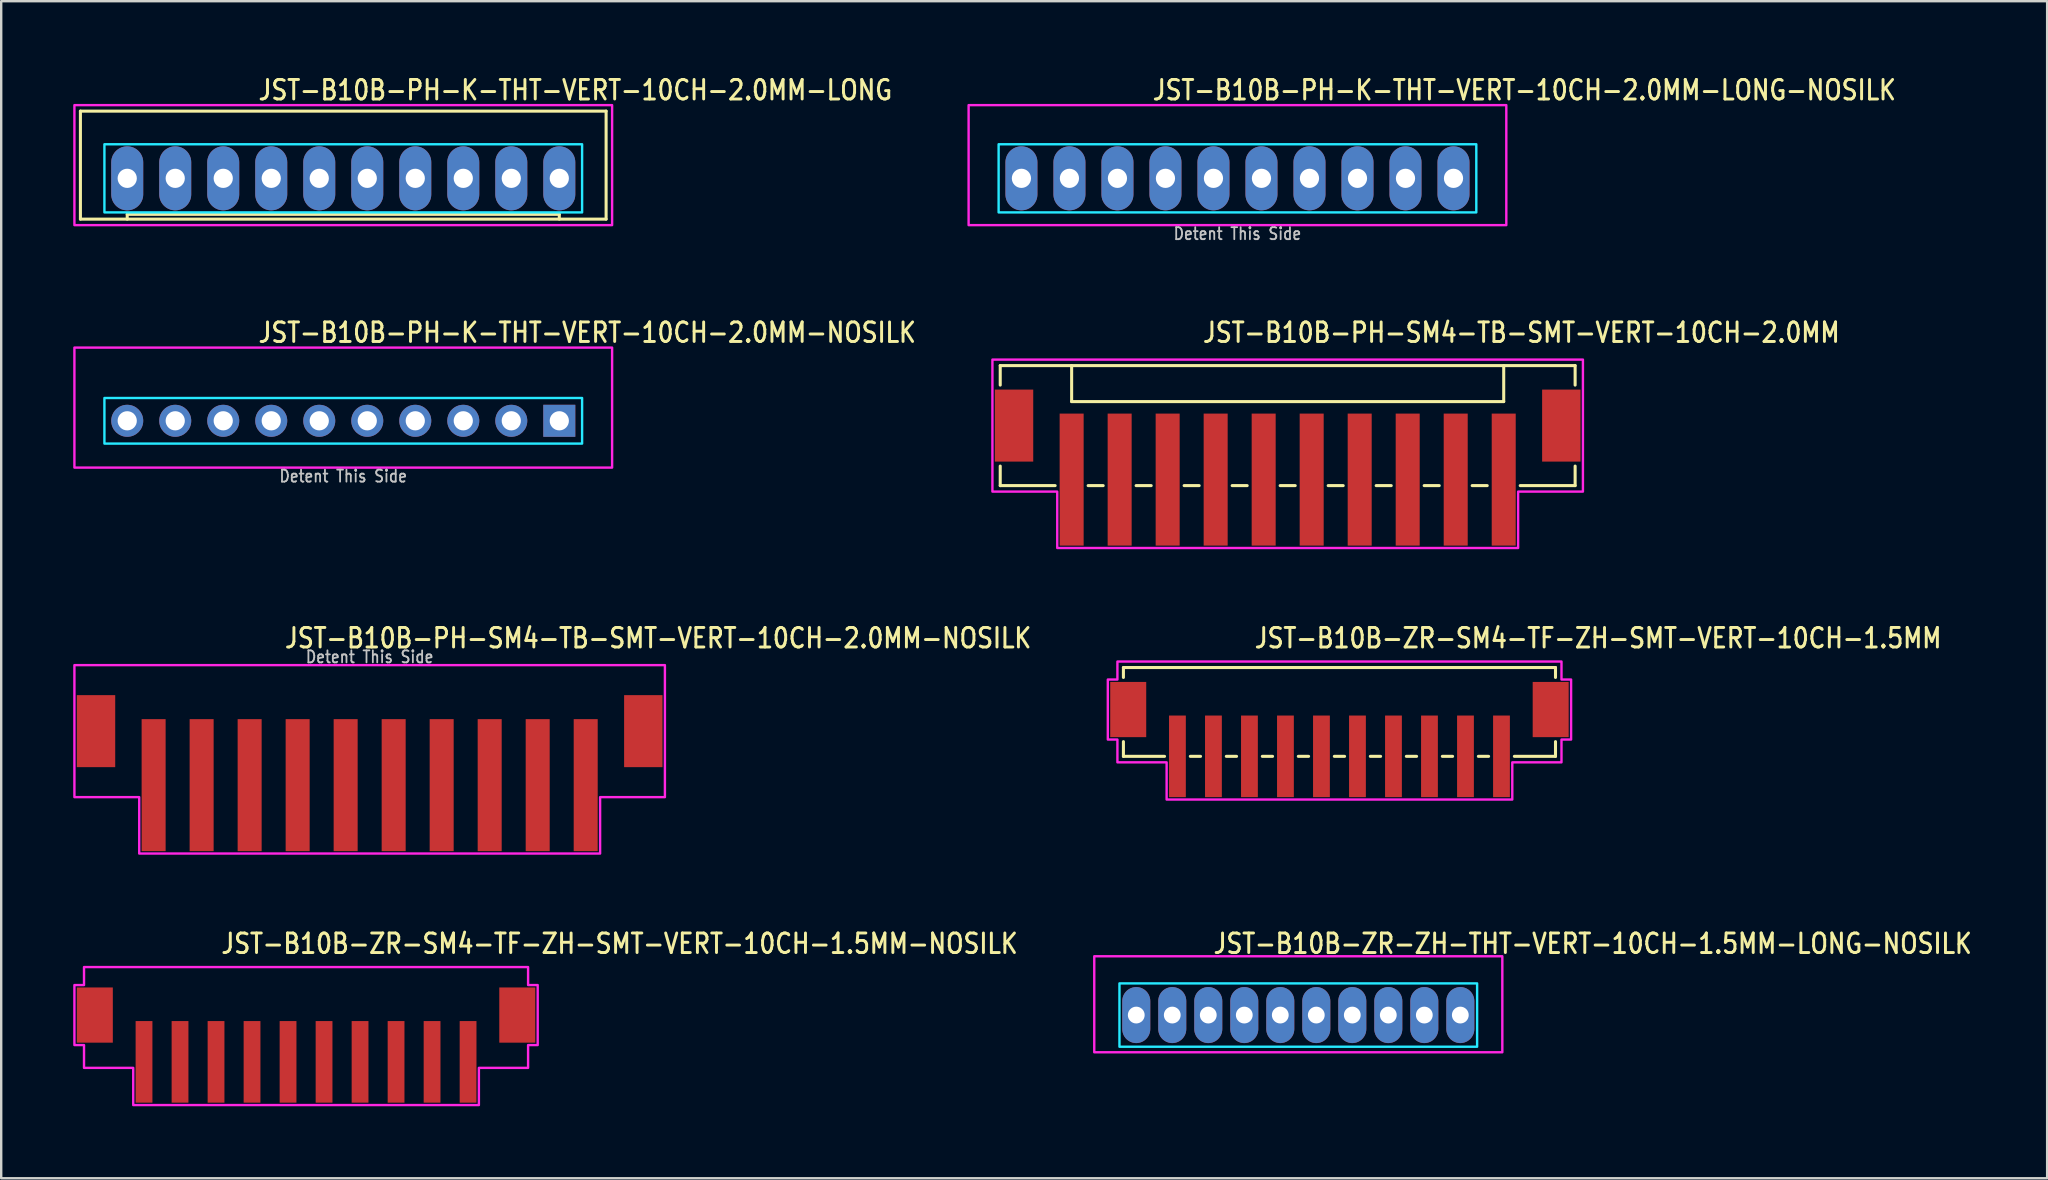
<source format=kicad_pcb>
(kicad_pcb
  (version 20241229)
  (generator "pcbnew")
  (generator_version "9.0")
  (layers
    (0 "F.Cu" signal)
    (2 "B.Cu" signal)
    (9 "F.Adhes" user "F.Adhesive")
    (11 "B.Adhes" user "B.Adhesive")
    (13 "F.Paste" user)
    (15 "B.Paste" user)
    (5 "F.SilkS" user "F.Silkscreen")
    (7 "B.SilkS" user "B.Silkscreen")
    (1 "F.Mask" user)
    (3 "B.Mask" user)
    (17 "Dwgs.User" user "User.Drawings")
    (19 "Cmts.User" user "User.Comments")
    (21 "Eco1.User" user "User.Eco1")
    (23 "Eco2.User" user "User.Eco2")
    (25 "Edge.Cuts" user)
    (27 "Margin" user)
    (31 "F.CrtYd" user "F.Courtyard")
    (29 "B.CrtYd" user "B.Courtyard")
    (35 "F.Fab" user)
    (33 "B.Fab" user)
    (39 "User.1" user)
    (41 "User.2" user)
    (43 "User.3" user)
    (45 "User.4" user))
  (footprint "JST-B10B-PH-K-THT-VERT-10CH-2.0MM-NOSILK"
    (layer "F.Cu")
    (at 11.25 14.48)
    (property "Reference" "JST-B10B-PH-K-THT-VERT-10CH-2.0MM-NOSILK" (at -3.6 -3.2 0) (unlocked yes) (layer "F.SilkS") (effects (font (size 0.813 0.695) (thickness 0.122)) (justify left bottom)))
    (fp_poly (pts (xy -9.95 -0.95) (xy -9.95 0.95) (xy 9.95 0.95) (xy 9.95 -0.95)) (stroke (width 0.1) (type solid)) (fill no) (layer "B.CrtYd"))
    (fp_poly (pts (xy -11.2 1.95) (xy -11.2 -3.05) (xy 11.2 -3.05) (xy 11.2 1.95)) (stroke (width 0.1) (type solid)) (fill no) (layer "F.CrtYd"))
    (fp_text user "Detent This Side" (at 0 2.6 0) (unlocked yes) (layer "Dwgs.User") (effects (font (size 0.5 0.427) (thickness 0.075)) (justify bottom)))
    (pad "1" thru_hole rect (at 9 0) (size 1.333 1.333) (drill 0.8) (layers "*.Cu" "*.Mask"))
    (pad "2" thru_hole oval (at 7 0) (size 1.333 1.333) (drill 0.8) (layers "*.Cu" "*.Mask"))
    (pad "3" thru_hole oval (at 5 0) (size 1.333 1.333) (drill 0.8) (layers "*.Cu" "*.Mask"))
    (pad "4" thru_hole oval (at 3 0) (size 1.333 1.333) (drill 0.8) (layers "*.Cu" "*.Mask"))
    (pad "5" thru_hole oval (at 1 0) (size 1.333 1.333) (drill 0.8) (layers "*.Cu" "*.Mask"))
    (pad "6" thru_hole oval (at -1 0) (size 1.333 1.333) (drill 0.8) (layers "*.Cu" "*.Mask"))
    (pad "7" thru_hole oval (at -3 0) (size 1.333 1.333) (drill 0.8) (layers "*.Cu" "*.Mask"))
    (pad "8" thru_hole oval (at -5 0) (size 1.333 1.333) (drill 0.8) (layers "*.Cu" "*.Mask"))
    (pad "9" thru_hole oval (at -7 0) (size 1.333 1.333) (drill 0.8) (layers "*.Cu" "*.Mask"))
    (pad "10" thru_hole oval (at -9 0) (size 1.333 1.333) (drill 0.8) (layers "*.Cu" "*.Mask")))
  (footprint "JST-B10B-ZR-SM4-TF-ZH-SMT-VERT-10CH-1.5MM"
    (layer "F.Cu")
    (at 52.751 26.509)
    (property "Reference" "JST-B10B-ZR-SM4-TF-ZH-SMT-VERT-10CH-1.5MM" (at -3.6 -2.5 0) (unlocked yes) (layer "F.SilkS") (effects (font (size 0.813 0.695) (thickness 0.122)) (justify left bottom)))
    (fp_line (start -9 -1.75) (end -9 -1.337) (stroke (width 0.127) (type solid)) (layer "F.SilkS"))
    (fp_line (start -9 -1.75) (end 9 -1.75) (stroke (width 0.127) (type solid)) (layer "F.SilkS"))
    (fp_line (start -9 1.95) (end -9 1.337) (stroke (width 0.127) (type solid)) (layer "F.SilkS"))
    (fp_line (start -9 1.95) (end -7.287 1.95) (stroke (width 0.127) (type solid)) (layer "F.SilkS"))
    (fp_line (start -6.213 1.95) (end -5.787 1.95) (stroke (width 0.127) (type solid)) (layer "F.SilkS"))
    (fp_line (start -4.713 1.95) (end -4.287 1.95) (stroke (width 0.127) (type solid)) (layer "F.SilkS"))
    (fp_line (start -3.213 1.95) (end -2.787 1.95) (stroke (width 0.127) (type solid)) (layer "F.SilkS"))
    (fp_line (start -1.714 1.95) (end -1.286 1.95) (stroke (width 0.127) (type solid)) (layer "F.SilkS"))
    (fp_line (start -0.213 1.95) (end 0.213 1.95) (stroke (width 0.127) (type solid)) (layer "F.SilkS"))
    (fp_line (start 1.286 1.95) (end 1.714 1.95) (stroke (width 0.127) (type solid)) (layer "F.SilkS"))
    (fp_line (start 2.787 1.95) (end 3.213 1.95) (stroke (width 0.127) (type solid)) (layer "F.SilkS"))
    (fp_line (start 4.287 1.95) (end 4.713 1.95) (stroke (width 0.127) (type solid)) (layer "F.SilkS"))
    (fp_line (start 5.787 1.95) (end 6.213 1.95) (stroke (width 0.127) (type solid)) (layer "F.SilkS"))
    (fp_line (start 7.287 1.95) (end 9 1.95) (stroke (width 0.127) (type solid)) (layer "F.SilkS"))
    (fp_line (start 9 -1.337) (end 9 -1.75) (stroke (width 0.127) (type solid)) (layer "F.SilkS"))
    (fp_line (start 9 1.337) (end 9 1.95) (stroke (width 0.127) (type solid)) (layer "F.SilkS"))
    (fp_poly (pts (xy -9.25 -2) (xy -9.25 -1.25) (xy -9.65 -1.25) (xy -9.65 1.25) (xy -9.25 1.25) (xy -9.25 2.2) (xy -7.2 2.2) (xy -7.2 3.75) (xy 7.2 3.75) (xy 7.2 2.2) (xy 9.25 2.2) (xy 9.25 1.25) (xy 9.65 1.25) (xy 9.65 -1.25) (xy 9.25 -1.25) (xy 9.25 -2)) (stroke (width 0.1) (type solid)) (fill no) (layer "F.CrtYd"))
    (pad "1" smd rect (at -6.75 1.95) (size 0.7 3.4) (layers "F.Cu" "F.Mask" "F.Paste"))
    (pad "2" smd rect (at -5.25 1.95) (size 0.7 3.4) (layers "F.Cu" "F.Mask" "F.Paste"))
    (pad "3" smd rect (at -3.75 1.95) (size 0.7 3.4) (layers "F.Cu" "F.Mask" "F.Paste"))
    (pad "4" smd rect (at -2.25 1.95) (size 0.7 3.4) (layers "F.Cu" "F.Mask" "F.Paste"))
    (pad "5" smd rect (at -0.75 1.95) (size 0.7 3.4) (layers "F.Cu" "F.Mask" "F.Paste"))
    (pad "6" smd rect (at 0.75 1.95) (size 0.7 3.4) (layers "F.Cu" "F.Mask" "F.Paste"))
    (pad "7" smd rect (at 2.25 1.95) (size 0.7 3.4) (layers "F.Cu" "F.Mask" "F.Paste"))
    (pad "8" smd rect (at 3.75 1.95) (size 0.7 3.4) (layers "F.Cu" "F.Mask" "F.Paste"))
    (pad "9" smd rect (at 5.25 1.95) (size 0.7 3.4) (layers "F.Cu" "F.Mask" "F.Paste"))
    (pad "10" smd rect (at 6.75 1.95) (size 0.7 3.4) (layers "F.Cu" "F.Mask" "F.Paste"))
    (pad "S_11" smd rect (at 8.8 0) (size 1.5 2.3) (layers "F.Cu" "F.Mask" "F.Paste"))
    (pad "S_12" smd rect (at -8.8 0) (size 1.5 2.3) (layers "F.Cu" "F.Mask" "F.Paste")))
  (footprint "JST-B10B-PH-SM4-TB-SMT-VERT-10CH-2.0MM"
    (layer "F.Cu")
    (at 50.594 14.68)
    (property "Reference" "JST-B10B-PH-SM4-TB-SMT-VERT-10CH-2.0MM" (at -3.6 -3.4 0) (unlocked yes) (layer "F.SilkS") (effects (font (size 0.813 0.695) (thickness 0.122)) (justify left bottom)))
    (fp_line (start -11.975 -2.5) (end -11.975 -1.687) (stroke (width 0.127) (type solid)) (layer "F.SilkS"))
    (fp_line (start -11.975 -2.5) (end 11.975 -2.5) (stroke (width 0.127) (type solid)) (layer "F.SilkS"))
    (fp_line (start -11.975 2.5) (end -11.975 1.687) (stroke (width 0.127) (type solid)) (layer "F.SilkS"))
    (fp_line (start -11.975 2.5) (end -9.687 2.5) (stroke (width 0.127) (type solid)) (layer "F.SilkS"))
    (fp_line (start -9 -2.5) (end -9 -1) (stroke (width 0.127) (type solid)) (layer "F.SilkS"))
    (fp_line (start -9 -1) (end 9 -1) (stroke (width 0.127) (type solid)) (layer "F.SilkS"))
    (fp_line (start -8.313 2.5) (end -7.686 2.5) (stroke (width 0.127) (type solid)) (layer "F.SilkS"))
    (fp_line (start -6.314 2.5) (end -5.686 2.5) (stroke (width 0.127) (type solid)) (layer "F.SilkS"))
    (fp_line (start -4.314 2.5) (end -3.687 2.5) (stroke (width 0.127) (type solid)) (layer "F.SilkS"))
    (fp_line (start -2.313 2.5) (end -1.687 2.5) (stroke (width 0.127) (type solid)) (layer "F.SilkS"))
    (fp_line (start -0.314 2.5) (end 0.314 2.5) (stroke (width 0.127) (type solid)) (layer "F.SilkS"))
    (fp_line (start 1.687 2.5) (end 2.313 2.5) (stroke (width 0.127) (type solid)) (layer "F.SilkS"))
    (fp_line (start 3.687 2.5) (end 4.314 2.5) (stroke (width 0.127) (type solid)) (layer "F.SilkS"))
    (fp_line (start 5.686 2.5) (end 6.314 2.5) (stroke (width 0.127) (type solid)) (layer "F.SilkS"))
    (fp_line (start 7.686 2.5) (end 8.313 2.5) (stroke (width 0.127) (type solid)) (layer "F.SilkS"))
    (fp_line (start 9 -1) (end 9 -2.5) (stroke (width 0.127) (type solid)) (layer "F.SilkS"))
    (fp_line (start 9.687 2.5) (end 11.975 2.5) (stroke (width 0.127) (type solid)) (layer "F.SilkS"))
    (fp_line (start 11.975 -1.687) (end 11.975 -2.5) (stroke (width 0.127) (type solid)) (layer "F.SilkS"))
    (fp_line (start 11.975 1.687) (end 11.975 2.5) (stroke (width 0.127) (type solid)) (layer "F.SilkS"))
    (fp_poly (pts (xy -12.3 -2.75) (xy -12.3 2.75) (xy -9.6 2.75) (xy -9.6 5.1) (xy 9.6 5.1) (xy 9.6 2.75) (xy 12.3 2.75) (xy 12.3 -2.75)) (stroke (width 0.1) (type solid)) (fill no) (layer "F.CrtYd"))
    (pad "1" smd rect (at -9 2.25) (size 1 5.5) (layers "F.Cu" "F.Mask" "F.Paste"))
    (pad "2" smd rect (at -7 2.25) (size 1 5.5) (layers "F.Cu" "F.Mask" "F.Paste"))
    (pad "3" smd rect (at -5 2.25) (size 1 5.5) (layers "F.Cu" "F.Mask" "F.Paste"))
    (pad "4" smd rect (at -3 2.25) (size 1 5.5) (layers "F.Cu" "F.Mask" "F.Paste"))
    (pad "5" smd rect (at -1 2.25) (size 1 5.5) (layers "F.Cu" "F.Mask" "F.Paste"))
    (pad "6" smd rect (at 1 2.25) (size 1 5.5) (layers "F.Cu" "F.Mask" "F.Paste"))
    (pad "7" smd rect (at 3 2.25) (size 1 5.5) (layers "F.Cu" "F.Mask" "F.Paste"))
    (pad "8" smd rect (at 5 2.25) (size 1 5.5) (layers "F.Cu" "F.Mask" "F.Paste"))
    (pad "9" smd rect (at 7 2.25) (size 1 5.5) (layers "F.Cu" "F.Mask" "F.Paste"))
    (pad "10" smd rect (at 9 2.25) (size 1 5.5) (layers "F.Cu" "F.Mask" "F.Paste"))
    (pad "S_1" smd rect (at -11.4 0) (size 1.6 3) (layers "F.Cu" "F.Mask" "F.Paste"))
    (pad "S_2" smd rect (at 11.4 0) (size 1.6 3) (layers "F.Cu" "F.Mask" "F.Paste")))
  (footprint "JST-B10B-ZR-SM4-TF-ZH-SMT-VERT-10CH-1.5MM-NOSILK"
    (layer "F.Cu")
    (at 9.7 39.237)
    (property "Reference" "JST-B10B-ZR-SM4-TF-ZH-SMT-VERT-10CH-1.5MM-NOSILK" (at -3.6 -2.5 0) (unlocked yes) (layer "F.SilkS") (effects (font (size 0.813 0.695) (thickness 0.122)) (justify left bottom)))
    (fp_poly (pts (xy -9.25 -2) (xy -9.25 -1.25) (xy -9.65 -1.25) (xy -9.65 1.25) (xy -9.25 1.25) (xy -9.25 2.2) (xy -7.2 2.2) (xy -7.2 3.75) (xy 7.2 3.75) (xy 7.2 2.2) (xy 9.25 2.2) (xy 9.25 1.25) (xy 9.65 1.25) (xy 9.65 -1.25) (xy 9.25 -1.25) (xy 9.25 -2)) (stroke (width 0.1) (type solid)) (fill no) (layer "F.CrtYd"))
    (pad "1" smd rect (at -6.75 1.95) (size 0.7 3.4) (layers "F.Cu" "F.Mask" "F.Paste"))
    (pad "2" smd rect (at -5.25 1.95) (size 0.7 3.4) (layers "F.Cu" "F.Mask" "F.Paste"))
    (pad "3" smd rect (at -3.75 1.95) (size 0.7 3.4) (layers "F.Cu" "F.Mask" "F.Paste"))
    (pad "4" smd rect (at -2.25 1.95) (size 0.7 3.4) (layers "F.Cu" "F.Mask" "F.Paste"))
    (pad "5" smd rect (at -0.75 1.95) (size 0.7 3.4) (layers "F.Cu" "F.Mask" "F.Paste"))
    (pad "6" smd rect (at 0.75 1.95) (size 0.7 3.4) (layers "F.Cu" "F.Mask" "F.Paste"))
    (pad "7" smd rect (at 2.25 1.95) (size 0.7 3.4) (layers "F.Cu" "F.Mask" "F.Paste"))
    (pad "8" smd rect (at 3.75 1.95) (size 0.7 3.4) (layers "F.Cu" "F.Mask" "F.Paste"))
    (pad "9" smd rect (at 5.25 1.95) (size 0.7 3.4) (layers "F.Cu" "F.Mask" "F.Paste"))
    (pad "10" smd rect (at 6.75 1.95) (size 0.7 3.4) (layers "F.Cu" "F.Mask" "F.Paste"))
    (pad "11" smd rect (at 8.8 0) (size 1.5 2.3) (layers "F.Cu" "F.Mask" "F.Paste"))
    (pad "12" smd rect (at -8.8 0) (size 1.5 2.3) (layers "F.Cu" "F.Mask" "F.Paste")))
  (footprint "JST-B10B-PH-K-THT-VERT-10CH-2.0MM-LONG"
    (layer "F.Cu")
    (at 11.25 4.379)
    (property "Reference" "JST-B10B-PH-K-THT-VERT-10CH-2.0MM-LONG" (at -3.6 -3.2 0) (unlocked yes) (layer "F.SilkS") (effects (font (size 0.813 0.695) (thickness 0.122)) (justify left bottom)))
    (fp_line (start -10.95 -2.8) (end -10.95 1.7) (stroke (width 0.127) (type solid)) (layer "F.SilkS"))
    (fp_line (start -10.95 -2.8) (end 10.95 -2.8) (stroke (width 0.127) (type solid)) (layer "F.SilkS"))
    (fp_line (start -10.95 1.7) (end 10.95 1.7) (stroke (width 0.127) (type solid)) (layer "F.SilkS"))
    (fp_line (start -9 1.7) (end -9 1.5) (stroke (width 0.127) (type solid)) (layer "F.SilkS"))
    (fp_line (start 9 1.5) (end -9 1.5) (stroke (width 0.127) (type solid)) (layer "F.SilkS"))
    (fp_line (start 9 1.7) (end 9 1.5) (stroke (width 0.127) (type solid)) (layer "F.SilkS"))
    (fp_line (start 10.95 1.7) (end 10.95 -2.8) (stroke (width 0.127) (type solid)) (layer "F.SilkS"))
    (fp_poly (pts (xy -9.95 -1.42) (xy -9.95 1.42) (xy 9.95 1.42) (xy 9.95 -1.42)) (stroke (width 0.1) (type solid)) (fill no) (layer "B.CrtYd"))
    (fp_poly (pts (xy -11.2 1.95) (xy -11.2 -3.05) (xy 11.2 -3.05) (xy 11.2 1.95)) (stroke (width 0.1) (type solid)) (fill no) (layer "F.CrtYd"))
    (pad "1" thru_hole oval (at 9 0 90) (size 2.667 1.333) (drill 0.8) (layers "*.Cu" "*.Mask"))
    (pad "2" thru_hole oval (at 7 0 90) (size 2.667 1.333) (drill 0.8) (layers "*.Cu" "*.Mask"))
    (pad "3" thru_hole oval (at 5 0 90) (size 2.667 1.333) (drill 0.8) (layers "*.Cu" "*.Mask"))
    (pad "4" thru_hole oval (at 3 0 90) (size 2.667 1.333) (drill 0.8) (layers "*.Cu" "*.Mask"))
    (pad "5" thru_hole oval (at 1 0 90) (size 2.667 1.333) (drill 0.8) (layers "*.Cu" "*.Mask"))
    (pad "6" thru_hole oval (at -1 0 90) (size 2.667 1.333) (drill 0.8) (layers "*.Cu" "*.Mask"))
    (pad "7" thru_hole oval (at -3 0 90) (size 2.667 1.333) (drill 0.8) (layers "*.Cu" "*.Mask"))
    (pad "8" thru_hole oval (at -5 0 90) (size 2.667 1.333) (drill 0.8) (layers "*.Cu" "*.Mask"))
    (pad "9" thru_hole oval (at -7 0 90) (size 2.667 1.333) (drill 0.8) (layers "*.Cu" "*.Mask"))
    (pad "10" thru_hole oval (at -9 0 90) (size 2.667 1.333) (drill 0.8) (layers "*.Cu" "*.Mask")))
  (footprint "JST-B10B-PH-SM4-TB-SMT-VERT-10CH-2.0MM-NOSILK"
    (layer "F.Cu")
    (at 12.35 27.409)
    (property "Reference" "JST-B10B-PH-SM4-TB-SMT-VERT-10CH-2.0MM-NOSILK" (at -3.6 -3.4 0) (unlocked yes) (layer "F.SilkS") (effects (font (size 0.813 0.695) (thickness 0.122)) (justify left bottom)))
    (fp_poly (pts (xy -12.3 -2.75) (xy -12.3 2.75) (xy -9.6 2.75) (xy -9.6 5.1) (xy 9.6 5.1) (xy 9.6 2.75) (xy 12.3 2.75) (xy 12.3 -2.75)) (stroke (width 0.1) (type solid)) (fill no) (layer "F.CrtYd"))
    (fp_text user "Detent This Side" (at 0 -2.8 0) (unlocked yes) (layer "Dwgs.User") (effects (font (size 0.5 0.427) (thickness 0.075)) (justify bottom)))
    (pad "1" smd rect (at -9 2.25) (size 1 5.5) (layers "F.Cu" "F.Mask" "F.Paste"))
    (pad "2" smd rect (at -7 2.25) (size 1 5.5) (layers "F.Cu" "F.Mask" "F.Paste"))
    (pad "3" smd rect (at -5 2.25) (size 1 5.5) (layers "F.Cu" "F.Mask" "F.Paste"))
    (pad "4" smd rect (at -3 2.25) (size 1 5.5) (layers "F.Cu" "F.Mask" "F.Paste"))
    (pad "5" smd rect (at -1 2.25) (size 1 5.5) (layers "F.Cu" "F.Mask" "F.Paste"))
    (pad "6" smd rect (at 1 2.25) (size 1 5.5) (layers "F.Cu" "F.Mask" "F.Paste"))
    (pad "7" smd rect (at 3 2.25) (size 1 5.5) (layers "F.Cu" "F.Mask" "F.Paste"))
    (pad "8" smd rect (at 5 2.25) (size 1 5.5) (layers "F.Cu" "F.Mask" "F.Paste"))
    (pad "9" smd rect (at 7 2.25) (size 1 5.5) (layers "F.Cu" "F.Mask" "F.Paste"))
    (pad "10" smd rect (at 9 2.25) (size 1 5.5) (layers "F.Cu" "F.Mask" "F.Paste"))
    (pad "S_1" smd rect (at -11.4 0) (size 1.6 3) (layers "F.Cu" "F.Mask" "F.Paste"))
    (pad "S_2" smd rect (at 11.4 0) (size 1.6 3) (layers "F.Cu" "F.Mask" "F.Paste")))
  (footprint "JST-B10B-ZR-ZH-THT-VERT-10CH-1.5MM-LONG-NOSILK"
    (layer "F.Cu")
    (at 51.036 39.237)
    (property "Reference" "JST-B10B-ZR-ZH-THT-VERT-10CH-1.5MM-LONG-NOSILK" (at -3.6 -2.5 0) (unlocked yes) (layer "F.SilkS") (effects (font (size 0.813 0.695) (thickness 0.122)) (justify left bottom)))
    (fp_poly (pts (xy -7.45 -1.32) (xy -7.45 1.32) (xy 7.45 1.32) (xy 7.45 -1.32)) (stroke (width 0.1) (type solid)) (fill no) (layer "B.CrtYd"))
    (fp_poly (pts (xy -8.5 -2.45) (xy -8.5 1.55) (xy 8.5 1.55) (xy 8.5 -2.45)) (stroke (width 0.1) (type solid)) (fill no) (layer "F.CrtYd"))
    (pad "1" thru_hole oval (at 6.75 0 90) (size 2.333 1.167) (drill 0.7) (layers "*.Cu" "*.Mask"))
    (pad "2" thru_hole oval (at 5.25 0 90) (size 2.333 1.167) (drill 0.7) (layers "*.Cu" "*.Mask"))
    (pad "3" thru_hole oval (at 3.75 0 90) (size 2.333 1.167) (drill 0.7) (layers "*.Cu" "*.Mask"))
    (pad "4" thru_hole oval (at 2.25 0 90) (size 2.333 1.167) (drill 0.7) (layers "*.Cu" "*.Mask"))
    (pad "5" thru_hole oval (at 0.75 0 90) (size 2.333 1.167) (drill 0.7) (layers "*.Cu" "*.Mask"))
    (pad "6" thru_hole oval (at -0.75 0 90) (size 2.333 1.167) (drill 0.7) (layers "*.Cu" "*.Mask"))
    (pad "7" thru_hole oval (at -2.25 0 90) (size 2.333 1.167) (drill 0.7) (layers "*.Cu" "*.Mask"))
    (pad "8" thru_hole oval (at -3.75 0 90) (size 2.333 1.167) (drill 0.7) (layers "*.Cu" "*.Mask"))
    (pad "9" thru_hole oval (at -5.25 0 90) (size 2.333 1.167) (drill 0.7) (layers "*.Cu" "*.Mask"))
    (pad "10" thru_hole oval (at -6.75 0 90) (size 2.333 1.167) (drill 0.7) (layers "*.Cu" "*.Mask")))
  (footprint "JST-B10B-PH-K-THT-VERT-10CH-2.0MM-LONG-NOSILK"
    (layer "F.Cu")
    (at 48.502 4.379)
    (property "Reference" "JST-B10B-PH-K-THT-VERT-10CH-2.0MM-LONG-NOSILK" (at -3.6 -3.2 0) (unlocked yes) (layer "F.SilkS") (effects (font (size 0.813 0.695) (thickness 0.122)) (justify left bottom)))
    (fp_poly (pts (xy -9.95 -1.42) (xy -9.95 1.42) (xy 9.95 1.42) (xy 9.95 -1.42)) (stroke (width 0.1) (type solid)) (fill no) (layer "B.CrtYd"))
    (fp_poly (pts (xy -11.2 1.95) (xy -11.2 -3.05) (xy 11.2 -3.05) (xy 11.2 1.95)) (stroke (width 0.1) (type solid)) (fill no) (layer "F.CrtYd"))
    (fp_text user "Detent This Side" (at 0 2.6 0) (unlocked yes) (layer "Dwgs.User") (effects (font (size 0.5 0.427) (thickness 0.075)) (justify bottom)))
    (pad "1" thru_hole oval (at 9 0 90) (size 2.667 1.333) (drill 0.8) (layers "*.Cu" "*.Mask"))
    (pad "2" thru_hole oval (at 7 0 90) (size 2.667 1.333) (drill 0.8) (layers "*.Cu" "*.Mask"))
    (pad "3" thru_hole oval (at 5 0 90) (size 2.667 1.333) (drill 0.8) (layers "*.Cu" "*.Mask"))
    (pad "4" thru_hole oval (at 3 0 90) (size 2.667 1.333) (drill 0.8) (layers "*.Cu" "*.Mask"))
    (pad "5" thru_hole oval (at 1 0 90) (size 2.667 1.333) (drill 0.8) (layers "*.Cu" "*.Mask"))
    (pad "6" thru_hole oval (at -1 0 90) (size 2.667 1.333) (drill 0.8) (layers "*.Cu" "*.Mask"))
    (pad "7" thru_hole oval (at -3 0 90) (size 2.667 1.333) (drill 0.8) (layers "*.Cu" "*.Mask"))
    (pad "8" thru_hole oval (at -5 0 90) (size 2.667 1.333) (drill 0.8) (layers "*.Cu" "*.Mask"))
    (pad "9" thru_hole oval (at -7 0 90) (size 2.667 1.333) (drill 0.8) (layers "*.Cu" "*.Mask"))
    (pad "10" thru_hole oval (at -9 0 90) (size 2.667 1.333) (drill 0.8) (layers "*.Cu" "*.Mask")))
  (gr_rect
    (start -3 -3)
    (end 82.233 46.037)
    (stroke (width 0.1) (type default))
    (fill no)
    (layer "Edge.Cuts")))
</source>
